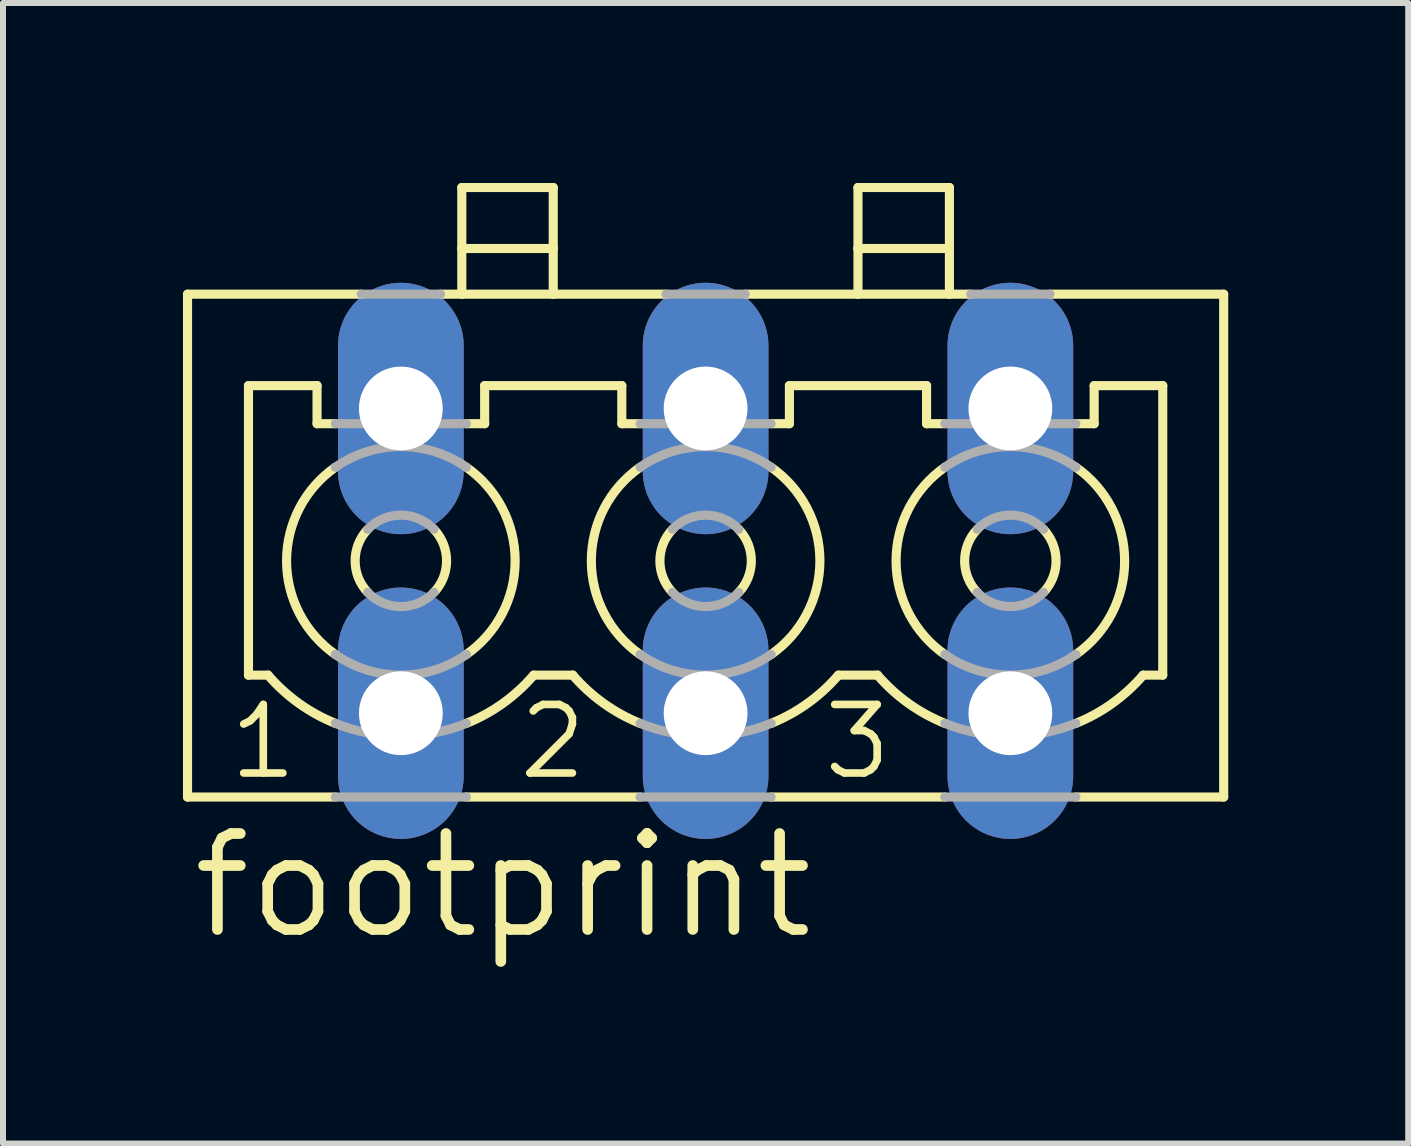
<source format=kicad_pcb>
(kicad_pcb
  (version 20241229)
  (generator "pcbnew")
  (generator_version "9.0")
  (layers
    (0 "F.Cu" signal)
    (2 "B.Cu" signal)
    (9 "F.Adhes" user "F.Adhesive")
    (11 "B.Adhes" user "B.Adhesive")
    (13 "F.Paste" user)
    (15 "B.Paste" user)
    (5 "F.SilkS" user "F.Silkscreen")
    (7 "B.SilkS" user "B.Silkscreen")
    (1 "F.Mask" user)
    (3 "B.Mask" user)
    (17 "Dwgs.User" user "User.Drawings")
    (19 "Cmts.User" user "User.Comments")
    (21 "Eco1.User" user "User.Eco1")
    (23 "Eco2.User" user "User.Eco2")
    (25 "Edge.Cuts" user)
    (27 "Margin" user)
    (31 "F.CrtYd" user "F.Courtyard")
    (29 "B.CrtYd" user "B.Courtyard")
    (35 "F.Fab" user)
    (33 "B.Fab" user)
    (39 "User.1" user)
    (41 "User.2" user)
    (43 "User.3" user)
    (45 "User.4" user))
  (footprint "footprint"
    (layer "F.Cu")
    (at 8.712 6.299)
    (property "Reference" "footprint" (at -8.636 6.35 0) (layer "F.SilkS") (effects (font (size 1.6 1.6) (thickness 0.178)) (justify left bottom)))
    (fp_line (start -8.636 -4.445) (end -8.636 3.937) (stroke (width 0.152) (type solid)) (layer "F.SilkS"))
    (fp_line (start -8.636 -4.445) (end -5.74 -4.445) (stroke (width 0.152) (type solid)) (layer "F.SilkS"))
    (fp_line (start -8.636 3.937) (end -6.172 3.937) (stroke (width 0.152) (type solid)) (layer "F.SilkS"))
    (fp_line (start -7.62 -2.921) (end -7.62 1.905) (stroke (width 0.152) (type solid)) (layer "F.SilkS"))
    (fp_line (start -7.62 -2.921) (end -6.477 -2.921) (stroke (width 0.152) (type solid)) (layer "F.SilkS"))
    (fp_line (start -7.62 1.905) (end -7.294 1.905) (stroke (width 0.152) (type solid)) (layer "F.SilkS"))
    (fp_line (start -6.477 -2.286) (end -6.477 -2.921) (stroke (width 0.152) (type solid)) (layer "F.SilkS"))
    (fp_line (start -6.477 -2.286) (end -6.172 -2.286) (stroke (width 0.152) (type solid)) (layer "F.SilkS"))
    (fp_line (start -4.42 -4.445) (end -4.064 -4.445) (stroke (width 0.152) (type solid)) (layer "F.SilkS"))
    (fp_line (start -4.064 -5.207) (end -4.064 -6.223) (stroke (width 0.152) (type solid)) (layer "F.SilkS"))
    (fp_line (start -4.064 -5.207) (end -2.54 -5.207) (stroke (width 0.152) (type solid)) (layer "F.SilkS"))
    (fp_line (start -4.064 -4.445) (end -4.064 -5.207) (stroke (width 0.152) (type solid)) (layer "F.SilkS"))
    (fp_line (start -4.064 -4.445) (end -2.54 -4.445) (stroke (width 0.152) (type solid)) (layer "F.SilkS"))
    (fp_line (start -3.988 -2.286) (end -3.683 -2.286) (stroke (width 0.152) (type solid)) (layer "F.SilkS"))
    (fp_line (start -3.988 3.937) (end -1.092 3.937) (stroke (width 0.152) (type solid)) (layer "F.SilkS"))
    (fp_line (start -3.683 -2.921) (end -1.397 -2.921) (stroke (width 0.152) (type solid)) (layer "F.SilkS"))
    (fp_line (start -3.683 -2.286) (end -3.683 -2.921) (stroke (width 0.152) (type solid)) (layer "F.SilkS"))
    (fp_line (start -2.866 1.905) (end -2.214 1.905) (stroke (width 0.152) (type solid)) (layer "F.SilkS"))
    (fp_line (start -2.54 -6.223) (end -4.064 -6.223) (stroke (width 0.152) (type solid)) (layer "F.SilkS"))
    (fp_line (start -2.54 -5.207) (end -2.54 -6.223) (stroke (width 0.152) (type solid)) (layer "F.SilkS"))
    (fp_line (start -2.54 -4.445) (end -2.54 -5.207) (stroke (width 0.152) (type solid)) (layer "F.SilkS"))
    (fp_line (start -2.54 -4.445) (end -0.66 -4.445) (stroke (width 0.152) (type solid)) (layer "F.SilkS"))
    (fp_line (start -1.397 -2.286) (end -1.397 -2.921) (stroke (width 0.152) (type solid)) (layer "F.SilkS"))
    (fp_line (start -1.397 -2.286) (end -1.092 -2.286) (stroke (width 0.152) (type solid)) (layer "F.SilkS"))
    (fp_line (start 0.66 -4.445) (end 2.54 -4.445) (stroke (width 0.152) (type solid)) (layer "F.SilkS"))
    (fp_line (start 1.092 -2.286) (end 1.397 -2.286) (stroke (width 0.152) (type solid)) (layer "F.SilkS"))
    (fp_line (start 1.092 3.937) (end 3.988 3.937) (stroke (width 0.152) (type solid)) (layer "F.SilkS"))
    (fp_line (start 1.397 -2.921) (end 3.683 -2.921) (stroke (width 0.152) (type solid)) (layer "F.SilkS"))
    (fp_line (start 1.397 -2.286) (end 1.397 -2.921) (stroke (width 0.152) (type solid)) (layer "F.SilkS"))
    (fp_line (start 2.214 1.905) (end 2.866 1.905) (stroke (width 0.152) (type solid)) (layer "F.SilkS"))
    (fp_line (start 2.54 -5.207) (end 2.54 -6.223) (stroke (width 0.152) (type solid)) (layer "F.SilkS"))
    (fp_line (start 2.54 -5.207) (end 4.064 -5.207) (stroke (width 0.152) (type solid)) (layer "F.SilkS"))
    (fp_line (start 2.54 -4.445) (end 2.54 -5.207) (stroke (width 0.152) (type solid)) (layer "F.SilkS"))
    (fp_line (start 2.54 -4.445) (end 4.064 -4.445) (stroke (width 0.152) (type solid)) (layer "F.SilkS"))
    (fp_line (start 3.683 -2.286) (end 3.683 -2.921) (stroke (width 0.152) (type solid)) (layer "F.SilkS"))
    (fp_line (start 3.683 -2.286) (end 3.988 -2.286) (stroke (width 0.152) (type solid)) (layer "F.SilkS"))
    (fp_line (start 4.064 -6.223) (end 2.54 -6.223) (stroke (width 0.152) (type solid)) (layer "F.SilkS"))
    (fp_line (start 4.064 -5.207) (end 4.064 -6.223) (stroke (width 0.152) (type solid)) (layer "F.SilkS"))
    (fp_line (start 4.064 -4.445) (end 4.064 -5.207) (stroke (width 0.152) (type solid)) (layer "F.SilkS"))
    (fp_line (start 4.064 -4.445) (end 4.42 -4.445) (stroke (width 0.152) (type solid)) (layer "F.SilkS"))
    (fp_line (start 5.74 -4.445) (end 8.636 -4.445) (stroke (width 0.152) (type solid)) (layer "F.SilkS"))
    (fp_line (start 6.172 -2.286) (end 6.477 -2.286) (stroke (width 0.152) (type solid)) (layer "F.SilkS"))
    (fp_line (start 6.172 3.937) (end 8.636 3.937) (stroke (width 0.152) (type solid)) (layer "F.SilkS"))
    (fp_line (start 6.477 -2.921) (end 7.62 -2.921) (stroke (width 0.152) (type solid)) (layer "F.SilkS"))
    (fp_line (start 6.477 -2.286) (end 6.477 -2.921) (stroke (width 0.152) (type solid)) (layer "F.SilkS"))
    (fp_line (start 7.294 1.905) (end 7.62 1.905) (stroke (width 0.152) (type solid)) (layer "F.SilkS"))
    (fp_line (start 7.62 1.905) (end 7.62 -2.921) (stroke (width 0.152) (type solid)) (layer "F.SilkS"))
    (fp_line (start 8.636 -4.445) (end 8.636 3.937) (stroke (width 0.152) (type solid)) (layer "F.SilkS"))
    (fp_arc (start -6.172199 1.560801) (mid -6.984993 0.000001) (end -6.1722 -1.5608) (stroke (width 0.1524) (type solid)) (layer "F.SilkS"))
    (fp_arc (start -6.1718 2.7092) (mid -6.781094 2.374351) (end -7.294 1.905) (stroke (width 0.1524) (type solid)) (layer "F.SilkS"))
    (fp_arc (start -5.6314 0.526) (mid -5.842049 0) (end -5.6314 -0.526) (stroke (width 0.1524) (type solid)) (layer "F.SilkS"))
    (fp_arc (start -4.528599 -0.525999) (mid -4.317951 0.000001) (end -4.5286 0.526) (stroke (width 0.1524) (type solid)) (layer "F.SilkS"))
    (fp_arc (start -3.9878 -1.5608) (mid -3.175007 0) (end -3.9878 1.5608) (stroke (width 0.1524) (type solid)) (layer "F.SilkS"))
    (fp_arc (start -2.8655 1.9051) (mid -3.378459 2.374412) (end -3.9878 2.7092) (stroke (width 0.1524) (type solid)) (layer "F.SilkS"))
    (fp_arc (start -1.0922 1.5608) (mid -1.904993 0) (end -1.0922 -1.5608) (stroke (width 0.1524) (type solid)) (layer "F.SilkS"))
    (fp_arc (start -1.0918 2.7092) (mid -1.701094 2.374351) (end -2.214 1.905) (stroke (width 0.1524) (type solid)) (layer "F.SilkS"))
    (fp_arc (start -0.5514 0.526) (mid -0.762049 0) (end -0.5514 -0.526) (stroke (width 0.1524) (type solid)) (layer "F.SilkS"))
    (fp_arc (start 0.5514 -0.526) (mid 0.762049 0) (end 0.5514 0.526) (stroke (width 0.1524) (type solid)) (layer "F.SilkS"))
    (fp_arc (start 1.0922 -1.5608) (mid 1.904993 0) (end 1.0922 1.5608) (stroke (width 0.1524) (type solid)) (layer "F.SilkS"))
    (fp_arc (start 2.214 1.905) (mid 1.701094 2.374351) (end 1.0918 2.7092) (stroke (width 0.1524) (type solid)) (layer "F.SilkS"))
    (fp_arc (start 3.9878 1.5608) (mid 3.175007 0) (end 3.9878 -1.5608) (stroke (width 0.1524) (type solid)) (layer "F.SilkS"))
    (fp_arc (start 3.9882 2.709) (mid 3.378916 2.374254) (end 2.866 1.905) (stroke (width 0.1524) (type solid)) (layer "F.SilkS"))
    (fp_arc (start 4.528599 0.525999) (mid 4.317951 -0.000001) (end 4.5286 -0.526) (stroke (width 0.1524) (type solid)) (layer "F.SilkS"))
    (fp_arc (start 5.6314 -0.526) (mid 5.842049 0) (end 5.6314 0.526) (stroke (width 0.1524) (type solid)) (layer "F.SilkS"))
    (fp_arc (start 6.172199 -1.560801) (mid 6.984993 -0.000001) (end 6.1722 1.5608) (stroke (width 0.1524) (type solid)) (layer "F.SilkS"))
    (fp_arc (start 7.294 1.905) (mid 6.781094 2.374351) (end 6.1718 2.7092) (stroke (width 0.1524) (type solid)) (layer "F.SilkS"))
    (fp_line (start -6.172 -2.286) (end -3.988 -2.286) (stroke (width 0.152) (type solid)) (layer "F.Fab"))
    (fp_line (start -6.172 3.937) (end -3.988 3.937) (stroke (width 0.152) (type solid)) (layer "F.Fab"))
    (fp_line (start -5.74 -4.445) (end -4.42 -4.445) (stroke (width 0.152) (type solid)) (layer "F.Fab"))
    (fp_line (start -1.092 -2.286) (end 1.092 -2.286) (stroke (width 0.152) (type solid)) (layer "F.Fab"))
    (fp_line (start -1.092 3.937) (end 1.092 3.937) (stroke (width 0.152) (type solid)) (layer "F.Fab"))
    (fp_line (start -0.66 -4.445) (end 0.66 -4.445) (stroke (width 0.152) (type solid)) (layer "F.Fab"))
    (fp_line (start 3.988 -2.286) (end 6.172 -2.286) (stroke (width 0.152) (type solid)) (layer "F.Fab"))
    (fp_line (start 3.988 3.937) (end 6.172 3.937) (stroke (width 0.152) (type solid)) (layer "F.Fab"))
    (fp_line (start 4.42 -4.445) (end 5.74 -4.445) (stroke (width 0.152) (type solid)) (layer "F.Fab"))
    (fp_arc (start -6.1722 -1.5608) (mid -5.08 -1.904993) (end -3.9878 -1.5608) (stroke (width 0.1524) (type solid)) (layer "F.Fab"))
    (fp_arc (start -5.6314 -0.526) (mid -5.08 -0.762049) (end -4.5286 -0.526) (stroke (width 0.1524) (type solid)) (layer "F.Fab"))
    (fp_arc (start -4.5286 0.526) (mid -5.08 0.762049) (end -5.6314 0.526) (stroke (width 0.1524) (type solid)) (layer "F.Fab"))
    (fp_arc (start -3.9878 1.5608) (mid -5.08 1.904993) (end -6.1722 1.5608) (stroke (width 0.1524) (type solid)) (layer "F.Fab"))
    (fp_arc (start -3.9878 2.7092) (mid -5.08 2.921073) (end -6.1722 2.7092) (stroke (width 0.1524) (type solid)) (layer "F.Fab"))
    (fp_arc (start -1.0922 -1.5608) (mid 0 -1.904993) (end 1.0922 -1.5608) (stroke (width 0.1524) (type solid)) (layer "F.Fab"))
    (fp_arc (start -0.5514 -0.526) (mid 0 -0.762049) (end 0.5514 -0.526) (stroke (width 0.1524) (type solid)) (layer "F.Fab"))
    (fp_arc (start 0.5514 0.526) (mid 0 0.762049) (end -0.5514 0.526) (stroke (width 0.1524) (type solid)) (layer "F.Fab"))
    (fp_arc (start 1.0922 1.5608) (mid 0 1.904993) (end -1.0922 1.5608) (stroke (width 0.1524) (type solid)) (layer "F.Fab"))
    (fp_arc (start 1.0922 2.7092) (mid 0 2.921073) (end -1.0922 2.7092) (stroke (width 0.1524) (type solid)) (layer "F.Fab"))
    (fp_arc (start 3.9878 -1.5608) (mid 5.08 -1.904993) (end 6.1722 -1.5608) (stroke (width 0.1524) (type solid)) (layer "F.Fab"))
    (fp_arc (start 4.5286 -0.526) (mid 5.08 -0.762049) (end 5.6314 -0.526) (stroke (width 0.1524) (type solid)) (layer "F.Fab"))
    (fp_arc (start 5.6314 0.526) (mid 5.08 0.762049) (end 4.5286 0.526) (stroke (width 0.1524) (type solid)) (layer "F.Fab"))
    (fp_arc (start 6.1722 1.5608) (mid 5.08 1.904993) (end 3.9878 1.5608) (stroke (width 0.1524) (type solid)) (layer "F.Fab"))
    (fp_arc (start 6.1722 2.7092) (mid 5.08 2.921073) (end 3.9878 2.7092) (stroke (width 0.1524) (type solid)) (layer "F.Fab"))
    (fp_text user "2" (at -3.175 3.683 0) (layer "F.SilkS") (effects (font (size 1.143 1.143) (thickness 0.127)) (justify left bottom)))
    (fp_text user "3" (at 1.905 3.683 0) (layer "F.SilkS") (effects (font (size 1.143 1.143) (thickness 0.127)) (justify left bottom)))
    (fp_text user "1" (at -8.001 3.683 0) (layer "F.SilkS") (effects (font (size 1.143 1.143) (thickness 0.127)) (justify left bottom)))
    (pad "1" thru_hole oval (at -5.08 -2.54 90) (size 4.191 2.095) (drill 1.397) (layers "*.Cu" "*.Mask"))
    (pad "1A" thru_hole oval (at -5.08 2.54 90) (size 4.191 2.095) (drill 1.397) (layers "*.Cu" "*.Mask"))
    (pad "2" thru_hole oval (at 0 -2.54 90) (size 4.191 2.095) (drill 1.397) (layers "*.Cu" "*.Mask"))
    (pad "2A" thru_hole oval (at 0 2.54 90) (size 4.191 2.095) (drill 1.397) (layers "*.Cu" "*.Mask"))
    (pad "3" thru_hole oval (at 5.08 -2.54 90) (size 4.191 2.095) (drill 1.397) (layers "*.Cu" "*.Mask"))
    (pad "3A" thru_hole oval (at 5.08 2.54 90) (size 4.191 2.095) (drill 1.397) (layers "*.Cu" "*.Mask")))
  (gr_rect
    (start -3 -3)
    (end 20.424 16.012)
    (stroke (width 0.1) (type default))
    (fill no)
    (layer "Edge.Cuts")))
</source>
